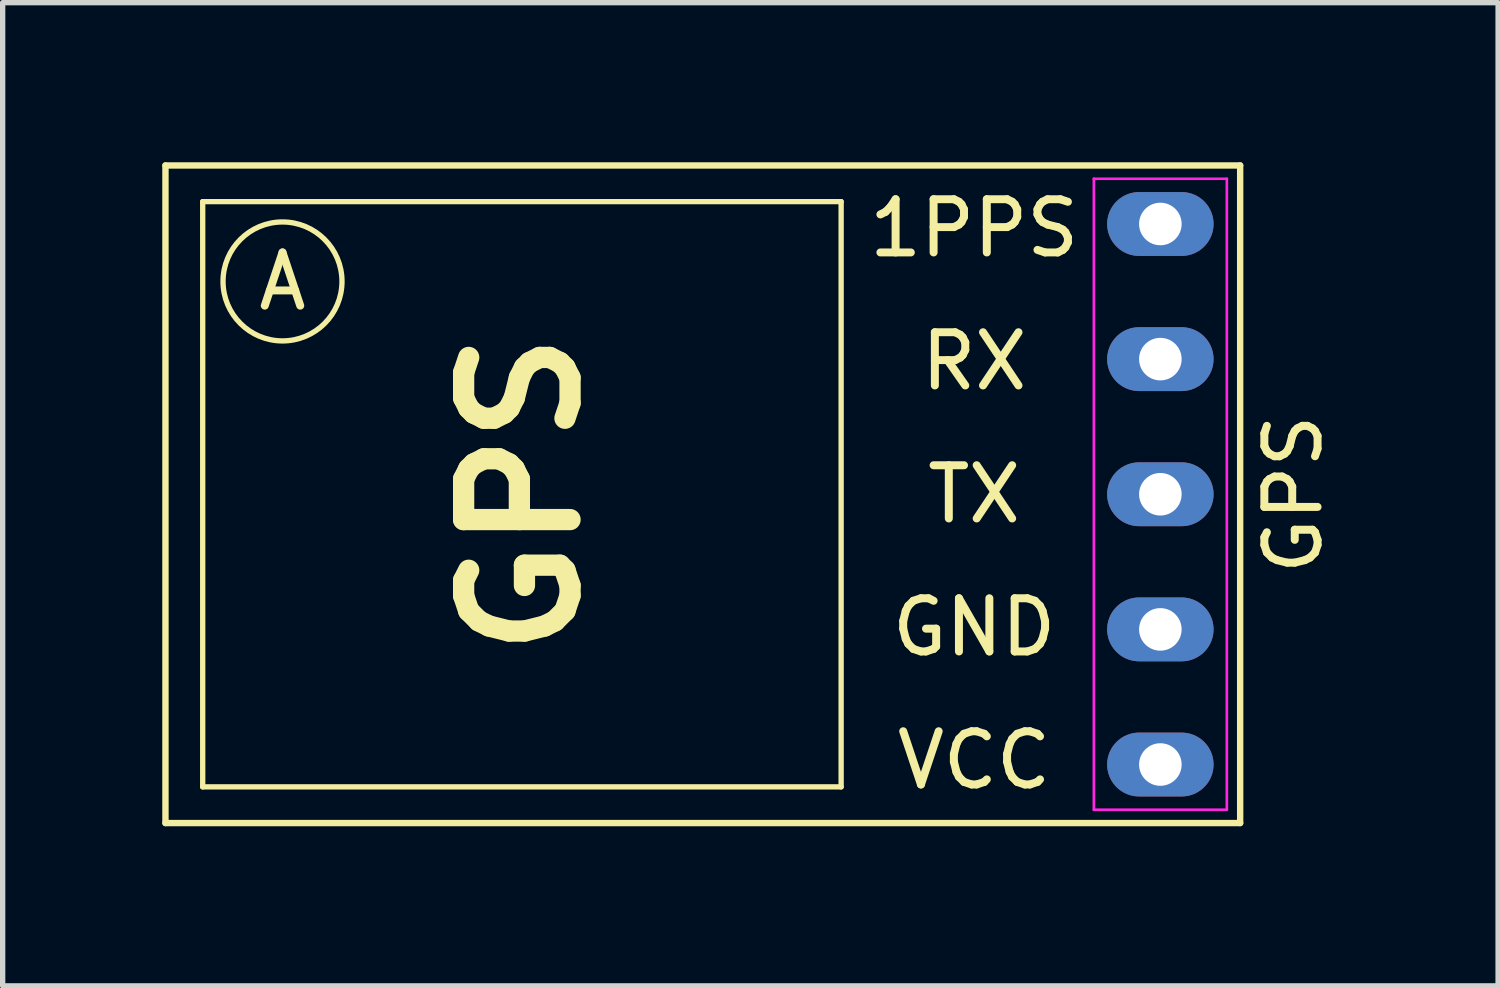
<source format=kicad_pcb>
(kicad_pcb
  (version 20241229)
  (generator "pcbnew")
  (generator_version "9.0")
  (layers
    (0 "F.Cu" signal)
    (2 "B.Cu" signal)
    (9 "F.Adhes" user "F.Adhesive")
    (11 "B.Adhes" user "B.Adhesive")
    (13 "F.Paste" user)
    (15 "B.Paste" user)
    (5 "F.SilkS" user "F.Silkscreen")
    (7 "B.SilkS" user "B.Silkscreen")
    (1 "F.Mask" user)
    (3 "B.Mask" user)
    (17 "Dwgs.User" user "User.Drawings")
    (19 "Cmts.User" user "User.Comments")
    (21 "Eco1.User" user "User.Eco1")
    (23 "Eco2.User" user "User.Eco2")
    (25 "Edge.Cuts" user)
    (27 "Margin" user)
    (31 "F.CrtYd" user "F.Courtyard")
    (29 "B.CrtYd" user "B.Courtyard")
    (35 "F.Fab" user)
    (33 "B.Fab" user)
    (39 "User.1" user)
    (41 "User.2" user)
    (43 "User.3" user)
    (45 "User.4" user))
  (footprint "GPS"
    (layer "F.Cu")
    (at 18.76 6.24)
    (property "Reference" "GPS" (at 2.5 0 90) (layer "F.SilkS") (effects (font (size 1 1) (thickness 0.15))))
    (attr through_hole)
    (fp_line (start -18.7 -6.18) (end 1.5 -6.18) (stroke (width 0.12) (type solid)) (layer "F.SilkS"))
    (fp_line (start -18.7 6.18) (end -18.7 -6.18) (stroke (width 0.12) (type solid)) (layer "F.SilkS"))
    (fp_line (start -18 -5.5) (end -18 5.5) (stroke (width 0.1) (type solid)) (layer "F.SilkS"))
    (fp_line (start -18 5.5) (end -6 5.5) (stroke (width 0.1) (type solid)) (layer "F.SilkS"))
    (fp_line (start -6 -5.5) (end -18 -5.5) (stroke (width 0.1) (type solid)) (layer "F.SilkS"))
    (fp_line (start -6 5.5) (end -6 -5.5) (stroke (width 0.1) (type solid)) (layer "F.SilkS"))
    (fp_line (start 1.5 -6.18) (end 1.5 6.18) (stroke (width 0.12) (type solid)) (layer "F.SilkS"))
    (fp_line (start 1.5 6.18) (end -18.7 6.18) (stroke (width 0.12) (type solid)) (layer "F.SilkS"))
    (fp_circle (center -16.5 -4) (end -15.5 -3.5) (stroke (width 0.1) (type solid)) (fill no) (layer "F.SilkS"))
    (fp_line (start -1.25 -5.93) (end 1.25 -5.93) (stroke (width 0.05) (type solid)) (layer "F.CrtYd"))
    (fp_line (start -1.25 5.93) (end -1.25 -5.93) (stroke (width 0.05) (type solid)) (layer "F.CrtYd"))
    (fp_line (start 1.25 -5.93) (end 1.25 5.93) (stroke (width 0.05) (type solid)) (layer "F.CrtYd"))
    (fp_line (start 1.25 5.93) (end -1.25 5.93) (stroke (width 0.05) (type solid)) (layer "F.CrtYd"))
    (fp_text user "1PPS" (at -3.5 -5 0) (layer "F.SilkS") (effects (font (size 1 1) (thickness 0.15))))
    (fp_text user "GPS" (at -12 0 90) (layer "F.SilkS") (effects (font (size 2 2) (thickness 0.4))))
    (fp_text user "A" (at -16.5 -4 0) (layer "F.SilkS") (effects (font (size 1 1) (thickness 0.15))))
    (fp_text user "TX" (at -3.5 0 0) (layer "F.SilkS") (effects (font (size 1 1) (thickness 0.15))))
    (fp_text user "VCC" (at -3.5 5 0) (layer "F.SilkS") (effects (font (size 1 1) (thickness 0.15))))
    (fp_text user "GND" (at -3.5 2.5 0) (layer "F.SilkS") (effects (font (size 1 1) (thickness 0.15))))
    (fp_text user "RX" (at -3.5 -2.5 0) (layer "F.SilkS") (effects (font (size 1 1) (thickness 0.15))))
    (pad "1" thru_hole oval (at 0 5.08 90) (size 1.2 2) (drill 0.8) (layers "*.Cu" "*.Mask"))
    (pad "2" thru_hole oval (at 0 2.54 90) (size 1.2 2) (drill 0.8) (layers "*.Cu" "*.Mask"))
    (pad "3" thru_hole oval (at 0 0 90) (size 1.2 2) (drill 0.8) (layers "*.Cu" "*.Mask"))
    (pad "4" thru_hole oval (at 0 -2.54 90) (size 1.2 2) (drill 0.8) (layers "*.Cu" "*.Mask"))
    (pad "5" thru_hole oval (at 0 -5.08 90) (size 1.2 2) (drill 0.8) (layers "*.Cu" "*.Mask")))
  (gr_rect
    (start -3 -3)
    (end 25.108 15.48)
    (stroke (width 0.1) (type default))
    (fill no)
    (layer "Edge.Cuts")))
</source>
